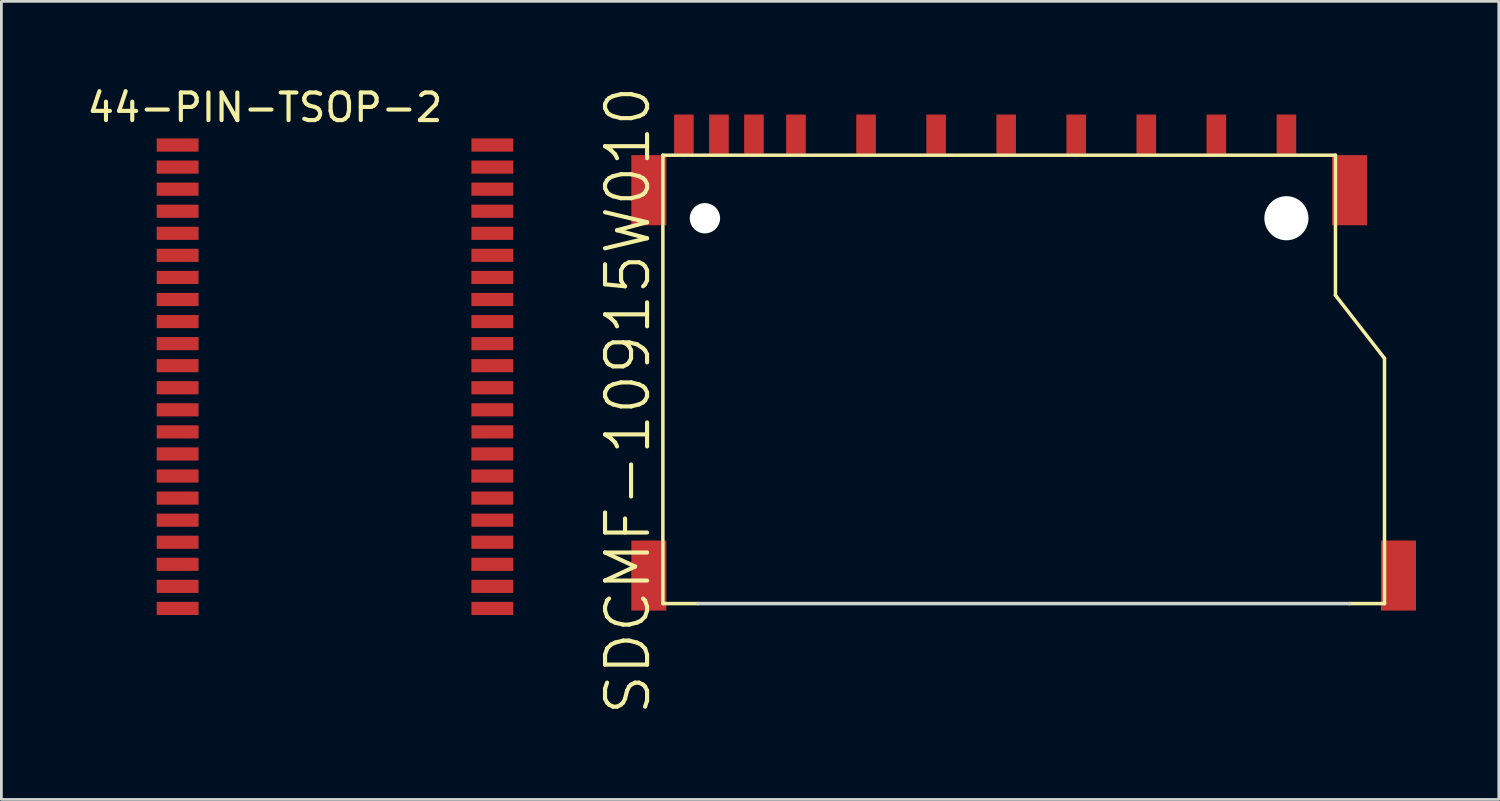
<source format=kicad_pcb>
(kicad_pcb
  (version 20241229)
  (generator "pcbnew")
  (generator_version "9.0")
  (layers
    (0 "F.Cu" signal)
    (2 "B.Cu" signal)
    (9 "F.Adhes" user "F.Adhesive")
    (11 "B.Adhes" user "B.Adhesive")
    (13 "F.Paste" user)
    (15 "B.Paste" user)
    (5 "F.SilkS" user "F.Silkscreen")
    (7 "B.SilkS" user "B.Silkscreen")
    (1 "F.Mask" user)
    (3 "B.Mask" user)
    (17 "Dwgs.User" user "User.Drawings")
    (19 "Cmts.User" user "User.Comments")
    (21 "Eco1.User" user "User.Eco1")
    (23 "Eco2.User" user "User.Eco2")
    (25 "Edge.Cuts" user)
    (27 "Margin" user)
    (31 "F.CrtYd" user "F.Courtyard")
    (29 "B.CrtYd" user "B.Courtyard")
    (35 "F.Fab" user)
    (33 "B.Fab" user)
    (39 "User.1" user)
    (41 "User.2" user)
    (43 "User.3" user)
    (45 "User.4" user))
  (footprint "SDCMF-10915W010"
    (layer "F.Cu")
    (at 33.682 15.276)
    (property "Reference" "SDCMF-10915W010" (at -13.97 -3.81 90) (layer "F.SilkS") (effects (font (size 1.524 1.524) (thickness 0.15))))
    (attr through_hole)
    (fp_line (start -12.7 -12.7) (end -12.7 3.556) (stroke (width 0.127) (type solid)) (layer "F.SilkS"))
    (fp_line (start -12.7 -12.7) (end 11.684 -12.7) (stroke (width 0.127) (type solid)) (layer "F.SilkS"))
    (fp_line (start -12.7 3.556) (end -11.43 3.556) (stroke (width 0.127) (type solid)) (layer "F.SilkS"))
    (fp_line (start 11.684 -12.7) (end 11.684 -7.62) (stroke (width 0.127) (type solid)) (layer "F.SilkS"))
    (fp_line (start 11.684 -7.62) (end 13.462 -5.334) (stroke (width 0.127) (type solid)) (layer "F.SilkS"))
    (fp_line (start 12.192 3.556) (end 13.462 3.556) (stroke (width 0.127) (type solid)) (layer "F.SilkS"))
    (fp_line (start 13.462 3.556) (end 13.462 -5.334) (stroke (width 0.127) (type solid)) (layer "F.SilkS"))
    (fp_line (start -11.43 3.556) (end 12.192 3.556) (stroke (width 0.127) (type solid)) (layer "Edge.Cuts"))
    (pad "" np_thru_hole circle (at -11.176 -10.414) (size 1.1 1.1) (drill 1.1) (layers "*.Cu"))
    (pad "" np_thru_hole circle (at 9.906 -10.414) (size 1.6 1.6) (drill 1.6) (layers "*.Cu"))
    (pad "1" smd rect (at 7.366 -13.462 90) (size 1.422 0.711) (layers "F.Cu" "F.Mask" "F.Paste"))
    (pad "2" smd rect (at 4.826 -13.462 90) (size 1.422 0.711) (layers "F.Cu" "F.Mask" "F.Paste"))
    (pad "3" smd rect (at 2.286 -13.462 90) (size 1.422 0.711) (layers "F.Cu" "F.Mask" "F.Paste"))
    (pad "4" smd rect (at -0.254 -13.462 90) (size 1.422 0.711) (layers "F.Cu" "F.Mask" "F.Paste"))
    (pad "5" smd rect (at -2.794 -13.462 90) (size 1.422 0.711) (layers "F.Cu" "F.Mask" "F.Paste"))
    (pad "6" smd rect (at -5.334 -13.462 90) (size 1.422 0.711) (layers "F.Cu" "F.Mask" "F.Paste"))
    (pad "7" smd rect (at -7.874 -13.462 90) (size 1.422 0.711) (layers "F.Cu" "F.Mask" "F.Paste"))
    (pad "8" smd rect (at -9.398 -13.462 90) (size 1.422 0.711) (layers "F.Cu" "F.Mask" "F.Paste"))
    (pad "9" smd rect (at 9.906 -13.462 90) (size 1.422 0.711) (layers "F.Cu" "F.Mask" "F.Paste"))
    (pad "10" smd rect (at -11.938 -13.462 90) (size 1.422 0.711) (layers "F.Cu" "F.Mask" "F.Paste"))
    (pad "11" smd rect (at -10.668 -13.462 90) (size 1.422 0.711) (layers "F.Cu" "F.Mask" "F.Paste"))
    (pad "12" smd rect (at 13.97 2.54 90) (size 2.54 1.27) (layers "F.Cu" "F.Mask" "F.Paste"))
    (pad "13" smd rect (at 12.192 -11.43 90) (size 2.54 1.27) (layers "F.Cu" "F.Mask" "F.Paste"))
    (pad "14" smd rect (at -13.208 -11.43 90) (size 2.54 1.27) (layers "F.Cu" "F.Mask" "F.Paste"))
    (pad "15" smd rect (at -13.208 2.54 90) (size 2.54 1.27) (layers "F.Cu" "F.Mask" "F.Paste")))
  (footprint "44-PIN-TSOP-2"
    (layer "F.Cu")
    (at 9.094 11.008)
    (property "Reference" "44-PIN-TSOP-2" (at -2.54 -10.16 0) (layer "F.SilkS") (effects (font (size 1 1) (thickness 0.15))))
    (attr through_hole)
    (pad "1" smd rect (at -5.705 -8.8) (size 1.517 0.477) (layers "F.Cu" "F.Mask" "F.Paste"))
    (pad "2" smd rect (at -5.705 -8) (size 1.517 0.477) (layers "F.Cu" "F.Mask" "F.Paste"))
    (pad "3" smd rect (at -5.705 -7.2) (size 1.517 0.477) (layers "F.Cu" "F.Mask" "F.Paste"))
    (pad "4" smd rect (at -5.705 -6.4) (size 1.517 0.477) (layers "F.Cu" "F.Mask" "F.Paste"))
    (pad "5" smd rect (at -5.705 -5.6) (size 1.517 0.477) (layers "F.Cu" "F.Mask" "F.Paste"))
    (pad "6" smd rect (at -5.705 -4.8) (size 1.517 0.477) (layers "F.Cu" "F.Mask" "F.Paste"))
    (pad "7" smd rect (at -5.705 -4) (size 1.517 0.477) (layers "F.Cu" "F.Mask" "F.Paste"))
    (pad "8" smd rect (at -5.705 -3.2) (size 1.517 0.477) (layers "F.Cu" "F.Mask" "F.Paste"))
    (pad "9" smd rect (at -5.705 -2.4) (size 1.517 0.477) (layers "F.Cu" "F.Mask" "F.Paste"))
    (pad "10" smd rect (at -5.705 -1.6) (size 1.517 0.477) (layers "F.Cu" "F.Mask" "F.Paste"))
    (pad "11" smd rect (at -5.705 -0.8) (size 1.517 0.477) (layers "F.Cu" "F.Mask" "F.Paste"))
    (pad "12" smd rect (at -5.705 0) (size 1.517 0.477) (layers "F.Cu" "F.Mask" "F.Paste"))
    (pad "13" smd rect (at -5.705 0.8) (size 1.517 0.477) (layers "F.Cu" "F.Mask" "F.Paste"))
    (pad "14" smd rect (at -5.705 1.6) (size 1.517 0.477) (layers "F.Cu" "F.Mask" "F.Paste"))
    (pad "15" smd rect (at -5.705 2.4) (size 1.517 0.477) (layers "F.Cu" "F.Mask" "F.Paste"))
    (pad "16" smd rect (at -5.705 3.2) (size 1.517 0.477) (layers "F.Cu" "F.Mask" "F.Paste"))
    (pad "17" smd rect (at -5.705 4) (size 1.517 0.477) (layers "F.Cu" "F.Mask" "F.Paste"))
    (pad "18" smd rect (at -5.705 4.8) (size 1.517 0.477) (layers "F.Cu" "F.Mask" "F.Paste"))
    (pad "19" smd rect (at -5.705 5.6) (size 1.517 0.477) (layers "F.Cu" "F.Mask" "F.Paste"))
    (pad "20" smd rect (at -5.705 6.4) (size 1.517 0.477) (layers "F.Cu" "F.Mask" "F.Paste"))
    (pad "21" smd rect (at -5.705 7.2) (size 1.517 0.477) (layers "F.Cu" "F.Mask" "F.Paste"))
    (pad "22" smd rect (at -5.705 8) (size 1.517 0.477) (layers "F.Cu" "F.Mask" "F.Paste"))
    (pad "23" smd rect (at 5.705 8) (size 1.517 0.477) (layers "F.Cu" "F.Mask" "F.Paste"))
    (pad "24" smd rect (at 5.705 7.2) (size 1.517 0.477) (layers "F.Cu" "F.Mask" "F.Paste"))
    (pad "25" smd rect (at 5.705 6.4) (size 1.517 0.477) (layers "F.Cu" "F.Mask" "F.Paste"))
    (pad "26" smd rect (at 5.705 5.6) (size 1.517 0.477) (layers "F.Cu" "F.Mask" "F.Paste"))
    (pad "27" smd rect (at 5.705 4.8) (size 1.517 0.477) (layers "F.Cu" "F.Mask" "F.Paste"))
    (pad "28" smd rect (at 5.705 4) (size 1.517 0.477) (layers "F.Cu" "F.Mask" "F.Paste"))
    (pad "29" smd rect (at 5.705 3.2) (size 1.517 0.477) (layers "F.Cu" "F.Mask" "F.Paste"))
    (pad "30" smd rect (at 5.705 2.4) (size 1.517 0.477) (layers "F.Cu" "F.Mask" "F.Paste"))
    (pad "31" smd rect (at 5.705 1.6) (size 1.517 0.477) (layers "F.Cu" "F.Mask" "F.Paste"))
    (pad "32" smd rect (at 5.705 0.8) (size 1.517 0.477) (layers "F.Cu" "F.Mask" "F.Paste"))
    (pad "33" smd rect (at 5.705 0) (size 1.517 0.477) (layers "F.Cu" "F.Mask" "F.Paste"))
    (pad "34" smd rect (at 5.705 -0.8) (size 1.517 0.477) (layers "F.Cu" "F.Mask" "F.Paste"))
    (pad "35" smd rect (at 5.705 -1.6) (size 1.517 0.477) (layers "F.Cu" "F.Mask" "F.Paste"))
    (pad "36" smd rect (at 5.705 -2.4) (size 1.517 0.477) (layers "F.Cu" "F.Mask" "F.Paste"))
    (pad "37" smd rect (at 5.705 -3.2) (size 1.517 0.477) (layers "F.Cu" "F.Mask" "F.Paste"))
    (pad "38" smd rect (at 5.705 -4) (size 1.517 0.477) (layers "F.Cu" "F.Mask" "F.Paste"))
    (pad "39" smd rect (at 5.705 -4.8) (size 1.517 0.477) (layers "F.Cu" "F.Mask" "F.Paste"))
    (pad "40" smd rect (at 5.705 -5.6) (size 1.517 0.477) (layers "F.Cu" "F.Mask" "F.Paste"))
    (pad "41" smd rect (at 5.705 -6.4) (size 1.517 0.477) (layers "F.Cu" "F.Mask" "F.Paste"))
    (pad "42" smd rect (at 5.705 -7.2) (size 1.517 0.477) (layers "F.Cu" "F.Mask" "F.Paste"))
    (pad "43" smd rect (at 5.705 -8) (size 1.517 0.477) (layers "F.Cu" "F.Mask" "F.Paste"))
    (pad "44" smd rect (at 5.705 -8.8) (size 1.517 0.477) (layers "F.Cu" "F.Mask" "F.Paste")))
  (gr_rect
    (start -3 -3)
    (end 51.287 25.933)
    (stroke (width 0.1) (type default))
    (fill no)
    (layer "Edge.Cuts")))
</source>
